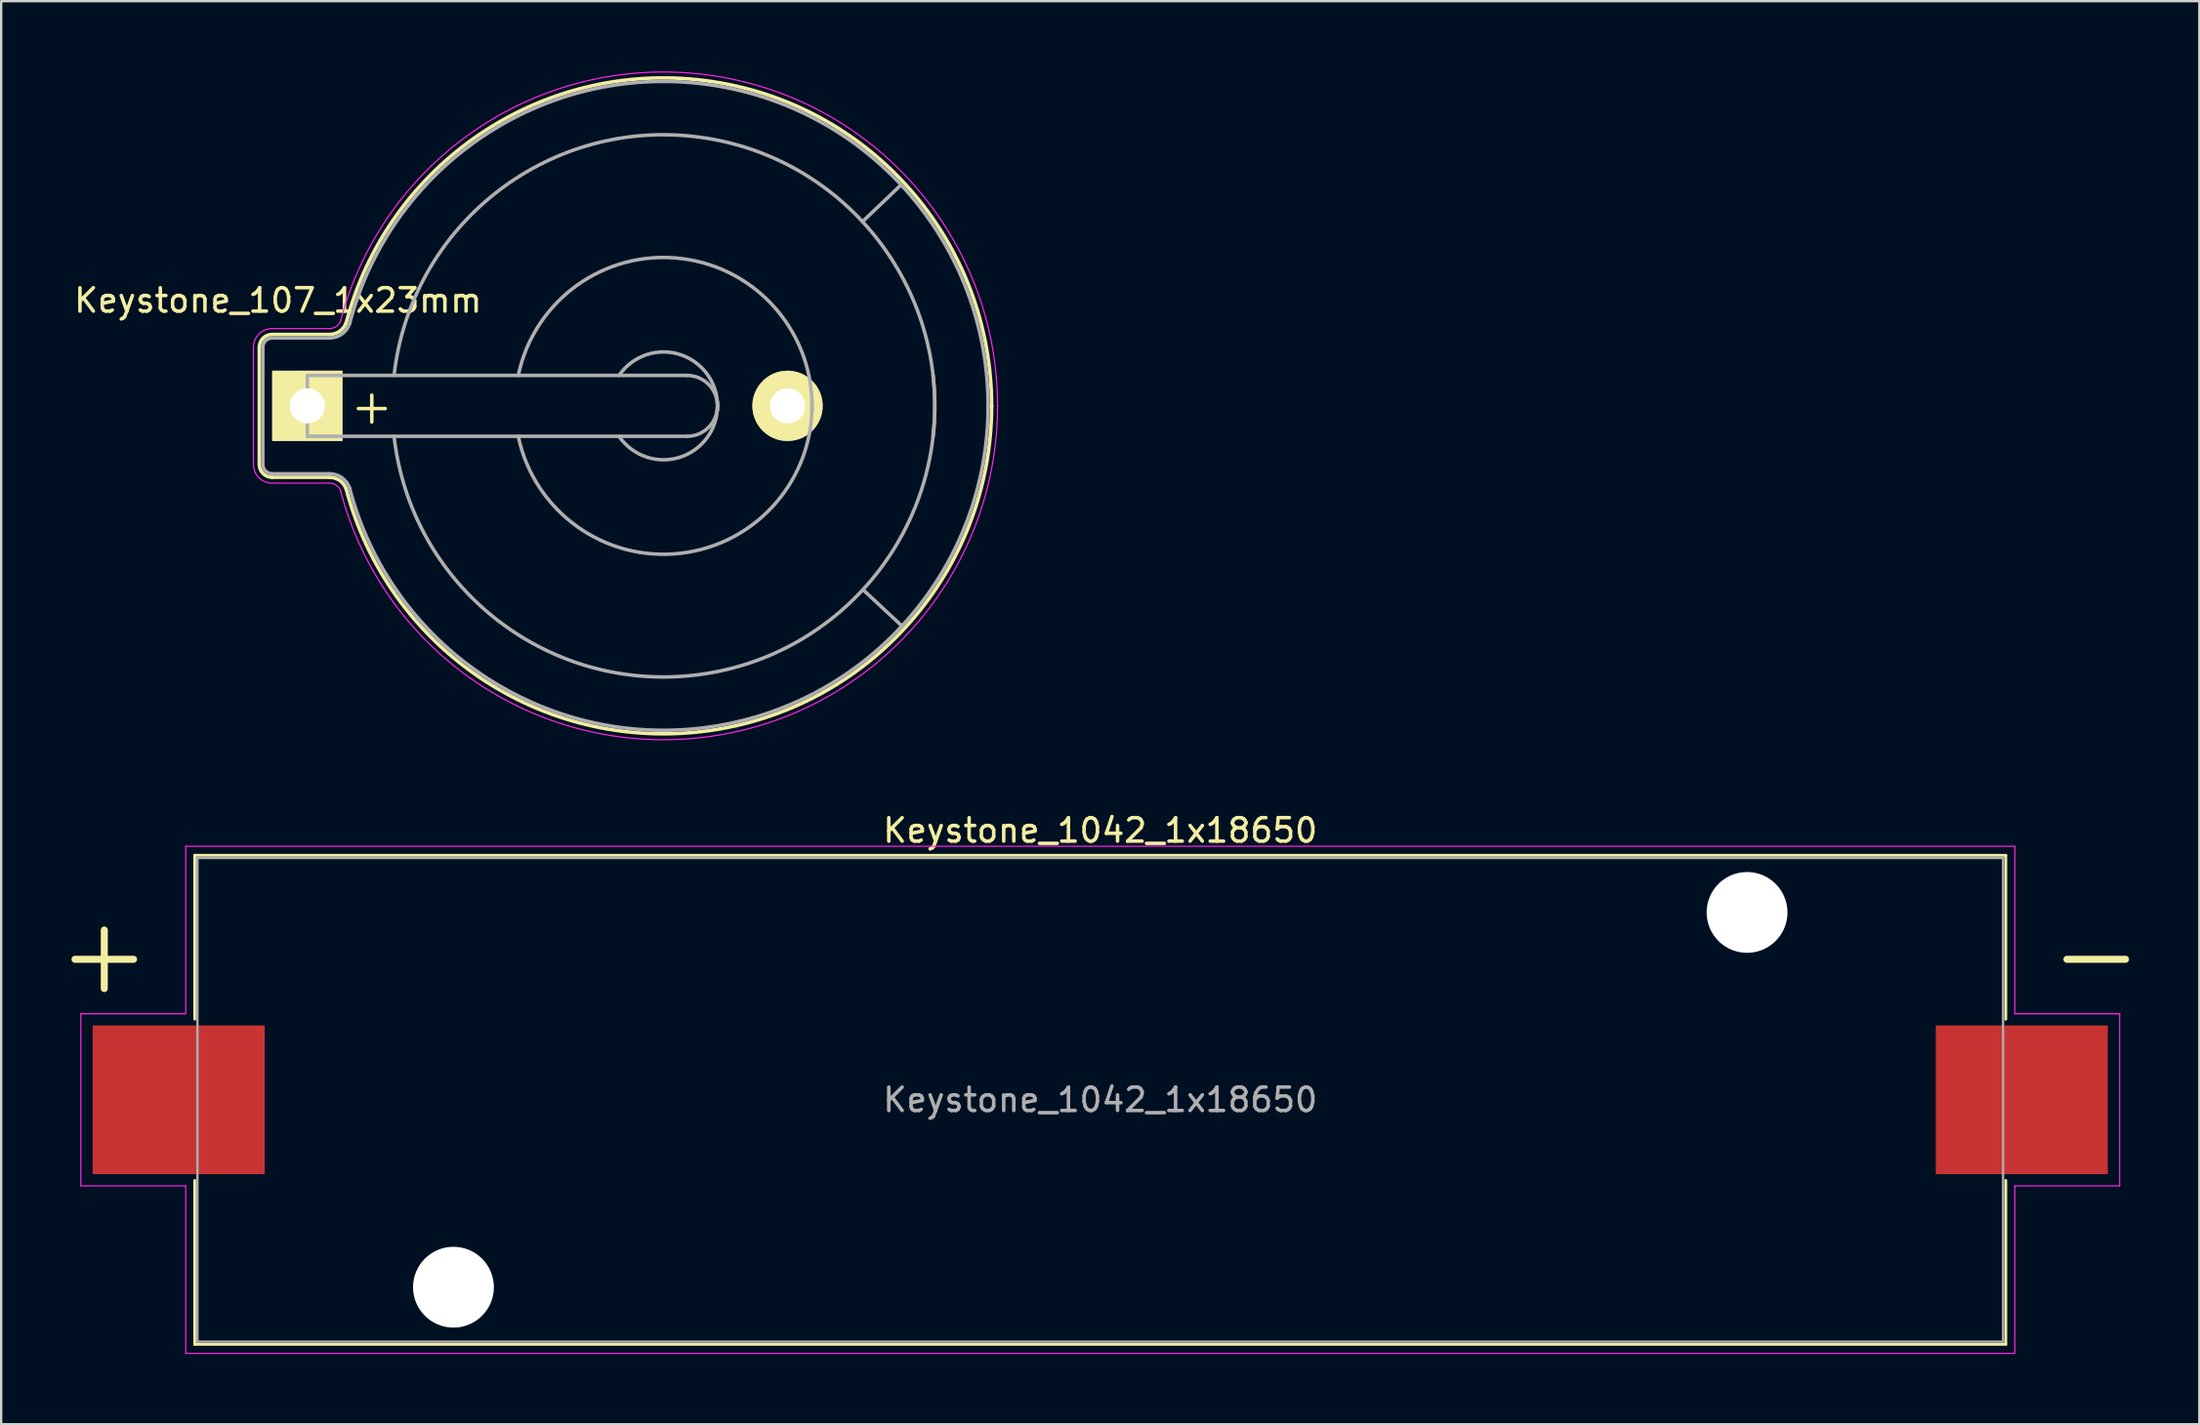
<source format=kicad_pcb>
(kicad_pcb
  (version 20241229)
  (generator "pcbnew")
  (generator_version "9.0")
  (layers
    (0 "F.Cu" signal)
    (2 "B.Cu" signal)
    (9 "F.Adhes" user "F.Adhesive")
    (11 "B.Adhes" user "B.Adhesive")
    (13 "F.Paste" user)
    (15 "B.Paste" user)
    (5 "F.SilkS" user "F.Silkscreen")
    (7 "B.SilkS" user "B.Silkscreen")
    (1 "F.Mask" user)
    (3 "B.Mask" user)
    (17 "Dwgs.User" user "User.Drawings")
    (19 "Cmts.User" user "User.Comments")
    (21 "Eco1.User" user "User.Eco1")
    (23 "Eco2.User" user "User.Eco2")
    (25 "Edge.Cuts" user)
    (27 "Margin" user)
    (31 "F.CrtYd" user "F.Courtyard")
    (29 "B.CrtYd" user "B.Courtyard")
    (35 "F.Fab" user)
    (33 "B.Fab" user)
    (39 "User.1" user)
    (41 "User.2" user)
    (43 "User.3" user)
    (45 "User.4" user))
  (footprint "Keystone_1042_1x18650"
    (layer "F.Cu")
    (at 43.9 43.903)
    (property "Reference" "Keystone_1042_1x18650" (at 0 -11.5 0) (layer "F.SilkS") (effects (font (size 1 1) (thickness 0.15))))
    (attr through_hole)
    (fp_line (start -43.75 -6) (end -41.25 -6) (stroke (width 0.3) (type solid)) (layer "F.SilkS"))
    (fp_line (start -42.5 -4.75) (end -42.5 -7.25) (stroke (width 0.3) (type solid)) (layer "F.SilkS"))
    (fp_line (start -38.64 -10.44) (end -38.64 -3.44) (stroke (width 0.12) (type solid)) (layer "F.SilkS"))
    (fp_line (start -38.64 10.44) (end -38.64 3.44) (stroke (width 0.12) (type solid)) (layer "F.SilkS"))
    (fp_line (start 38.64 -10.44) (end -38.64 -10.44) (stroke (width 0.12) (type solid)) (layer "F.SilkS"))
    (fp_line (start 38.64 -3.44) (end 38.64 -10.42) (stroke (width 0.12) (type solid)) (layer "F.SilkS"))
    (fp_line (start 38.64 3.44) (end 38.64 10.44) (stroke (width 0.12) (type solid)) (layer "F.SilkS"))
    (fp_line (start 38.64 10.44) (end -38.64 10.44) (stroke (width 0.12) (type solid)) (layer "F.SilkS"))
    (fp_line (start 43.75 -6) (end 41.25 -6) (stroke (width 0.3) (type solid)) (layer "F.SilkS"))
    (fp_line (start -43.5 -3.675) (end -39.025 -3.675) (stroke (width 0.05) (type solid)) (layer "F.CrtYd"))
    (fp_line (start -43.5 3.675) (end -43.5 -3.675) (stroke (width 0.05) (type solid)) (layer "F.CrtYd"))
    (fp_line (start -39.025 -10.825) (end -39.025 -3.675) (stroke (width 0.05) (type solid)) (layer "F.CrtYd"))
    (fp_line (start -39.025 -10.825) (end 39.025 -10.825) (stroke (width 0.05) (type solid)) (layer "F.CrtYd"))
    (fp_line (start -39.025 3.675) (end -43.5 3.675) (stroke (width 0.05) (type solid)) (layer "F.CrtYd"))
    (fp_line (start -39.025 10.825) (end -39.025 3.675) (stroke (width 0.05) (type solid)) (layer "F.CrtYd"))
    (fp_line (start -39.025 10.825) (end 39.025 10.825) (stroke (width 0.05) (type solid)) (layer "F.CrtYd"))
    (fp_line (start 39.025 -10.825) (end 39.025 -3.675) (stroke (width 0.05) (type solid)) (layer "F.CrtYd"))
    (fp_line (start 39.025 3.675) (end 43.5 3.675) (stroke (width 0.05) (type solid)) (layer "F.CrtYd"))
    (fp_line (start 39.025 10.825) (end 39.025 3.675) (stroke (width 0.05) (type solid)) (layer "F.CrtYd"))
    (fp_line (start 43.5 -3.675) (end 39.025 -3.675) (stroke (width 0.05) (type solid)) (layer "F.CrtYd"))
    (fp_line (start 43.5 3.675) (end 43.5 -3.675) (stroke (width 0.05) (type solid)) (layer "F.CrtYd"))
    (fp_line (start -38.525 -10.325) (end -38.525 10.325) (stroke (width 0.1) (type solid)) (layer "F.Fab"))
    (fp_line (start -38.525 -10.325) (end 38.525 -10.325) (stroke (width 0.1) (type solid)) (layer "F.Fab"))
    (fp_line (start -38.525 10.325) (end 38.525 10.325) (stroke (width 0.1) (type solid)) (layer "F.Fab"))
    (fp_line (start 38.525 -10.325) (end 38.525 10.325) (stroke (width 0.1) (type solid)) (layer "F.Fab"))
    (fp_text user "${REFERENCE}" (at 0 0 0) (layer "F.Fab") (effects (font (size 1 1) (thickness 0.15))))
    (pad "" np_thru_hole circle (at -27.6 8) (size 3.45 3.45) (drill 3.45) (layers "*.Cu" "*.Mask"))
    (pad "" np_thru_hole circle (at 27.6 -8) (size 3.45 3.45) (drill 3.45) (layers "*.Cu" "*.Mask"))
    (pad "1" smd rect (at -39.325 0) (size 7.34 6.35) (layers "F.Cu" "F.Mask" "F.Paste"))
    (pad "2" smd rect (at 39.325 0) (size 7.34 6.35) (layers "F.Cu" "F.Mask" "F.Paste")))
  (footprint "Keystone_107_1x23mm"
    (layer "F.Cu")
    (at 10.065 14.277)
    (property "Reference" "Keystone_107_1x23mm" (at -1.25 -4.5 0) (layer "F.SilkS") (effects (font (size 1 1) (thickness 0.15))))
    (attr through_hole)
    (fp_line (start -2.05 -2.5) (end -2.05 2.5) (stroke (width 0.15) (type solid)) (layer "F.SilkS"))
    (fp_line (start -1.5 3.05) (end 0.95 3.05) (stroke (width 0.15) (type solid)) (layer "F.SilkS"))
    (fp_line (start 0.95 -3.05) (end -1.5 -3.05) (stroke (width 0.15) (type solid)) (layer "F.SilkS"))
    (fp_arc (start -2.05 -2.5) (mid -1.888909 -2.888909) (end -1.5 -3.05) (stroke (width 0.15) (type solid)) (layer "F.SilkS"))
    (fp_arc (start -1.5 3.05) (mid -1.888909 2.888909) (end -2.05 2.5) (stroke (width 0.15) (type solid)) (layer "F.SilkS"))
    (fp_arc (start 0.95 3.05) (mid 1.380182 3.185636) (end 1.654769 3.543485) (stroke (width 0.15) (type solid)) (layer "F.SilkS"))
    (fp_arc (start 1.65 -3.52) (mid 16.981862 -13.885887) (end 29.199738 0.015231) (stroke (width 0.15) (type solid)) (layer "F.SilkS"))
    (fp_arc (start 1.654769 -3.543485) (mid 1.380182 -3.185636) (end 0.95 -3.05) (stroke (width 0.15) (type solid)) (layer "F.SilkS"))
    (fp_arc (start 29.199738 -0.015231) (mid 16.981862 13.885887) (end 1.65 3.52) (stroke (width 0.15) (type solid)) (layer "F.SilkS"))
    (fp_line (start -2.3 -2.5) (end -2.3 2.5) (stroke (width 0.05) (type solid)) (layer "F.CrtYd"))
    (fp_line (start -1.5 3.3) (end 0.95 3.3) (stroke (width 0.05) (type solid)) (layer "F.CrtYd"))
    (fp_line (start 0.95 -3.3) (end -1.5 -3.3) (stroke (width 0.05) (type solid)) (layer "F.CrtYd"))
    (fp_arc (start -2.3 -2.5) (mid -2.065685 -3.065685) (end -1.5 -3.3) (stroke (width 0.05) (type solid)) (layer "F.CrtYd"))
    (fp_arc (start -1.5 3.3) (mid -2.065685 3.065685) (end -2.3 2.5) (stroke (width 0.05) (type solid)) (layer "F.CrtYd"))
    (fp_arc (start 0.95 3.3) (mid 1.236788 3.390424) (end 1.419846 3.62899) (stroke (width 0.05) (type solid)) (layer "F.CrtYd"))
    (fp_arc (start 1.41 -3.6) (mid 17.030934 -14.134065) (end 29.452124 0.032591) (stroke (width 0.05) (type solid)) (layer "F.CrtYd"))
    (fp_arc (start 1.419846 -3.62899) (mid 1.236788 -3.390424) (end 0.95 -3.3) (stroke (width 0.05) (type solid)) (layer "F.CrtYd"))
    (fp_arc (start 29.452124 -0.032591) (mid 17.030934 14.134065) (end 1.41 3.6) (stroke (width 0.05) (type solid)) (layer "F.CrtYd"))
    (fp_line (start -1.9 -2.5) (end -1.9 2.5) (stroke (width 0.15) (type solid)) (layer "F.Fab"))
    (fp_line (start -1.5 2.9) (end 0.95 2.9) (stroke (width 0.15) (type solid)) (layer "F.Fab"))
    (fp_line (start 0 -1.3) (end 0 1.3) (stroke (width 0.15) (type solid)) (layer "F.Fab"))
    (fp_line (start 0 1.3) (end 16.2 1.3) (stroke (width 0.15) (type solid)) (layer "F.Fab"))
    (fp_line (start 0.95 -2.9) (end -1.5 -2.9) (stroke (width 0.15) (type solid)) (layer "F.Fab"))
    (fp_line (start 16.2 -1.3) (end 0 -1.3) (stroke (width 0.15) (type solid)) (layer "F.Fab"))
    (fp_line (start 23.711 -7.887) (end 25.339 -9.439) (stroke (width 0.15) (type solid)) (layer "F.Fab"))
    (fp_line (start 23.724 7.861) (end 25.367 9.391) (stroke (width 0.15) (type solid)) (layer "F.Fab"))
    (fp_arc (start -1.9 -2.5) (mid -1.782843 -2.782843) (end -1.5 -2.9) (stroke (width 0.15) (type solid)) (layer "F.Fab"))
    (fp_arc (start -1.5 2.9) (mid -1.782843 2.782843) (end -1.9 2.5) (stroke (width 0.15) (type solid)) (layer "F.Fab"))
    (fp_arc (start 0.95 2.9) (mid 1.466219 3.062763) (end 1.795723 3.492182) (stroke (width 0.15) (type solid)) (layer "F.Fab"))
    (fp_arc (start 1.795723 -3.492182) (mid 1.466219 -3.062763) (end 0.95 -2.9) (stroke (width 0.15) (type solid)) (layer "F.Fab"))
    (fp_arc (start 1.8 -3.5) (mid 16.980951 -13.734563) (end 29.049508 0.033425) (stroke (width 0.15) (type solid)) (layer "F.Fab"))
    (fp_arc (start 3.7 -1.3) (mid 16.5 -11.5) (end 26.7 1.3) (stroke (width 0.15) (type solid)) (layer "F.Fab"))
    (fp_arc (start 9 -1.3) (mid 15.954687 -6.28971) (end 21.531551 0.203631) (stroke (width 0.15) (type solid)) (layer "F.Fab"))
    (fp_arc (start 13.3 -1.3) (mid 15.963947 -2.171724) (end 17.495448 0.175833) (stroke (width 0.15) (type solid)) (layer "F.Fab"))
    (fp_arc (start 16.2 -1.3) (mid 17.5 0) (end 16.2 1.3) (stroke (width 0.15) (type solid)) (layer "F.Fab"))
    (fp_arc (start 17.495448 -0.175833) (mid 15.963947 2.171724) (end 13.3 1.3) (stroke (width 0.15) (type solid)) (layer "F.Fab"))
    (fp_arc (start 21.531551 -0.203631) (mid 15.954687 6.28971) (end 9 1.3) (stroke (width 0.15) (type solid)) (layer "F.Fab"))
    (fp_arc (start 26.7 -1.3) (mid 16.5 11.5) (end 3.7 1.3) (stroke (width 0.15) (type solid)) (layer "F.Fab"))
    (fp_arc (start 29.049508 -0.033425) (mid 16.980951 13.734562) (end 1.8 3.5) (stroke (width 0.15) (type solid)) (layer "F.Fab"))
    (fp_text user "+" (at 2.75 0 0) (layer "F.SilkS") (effects (font (size 1.5 1.5) (thickness 0.15))))
    (pad "1" thru_hole rect (at 0 0) (size 3 3) (drill 1.5) (layers "*.Cu" "*.Mask" "F.SilkS"))
    (pad "2" thru_hole circle (at 20.49 0) (size 3 3) (drill 1.5) (layers "*.Cu" "*.Mask" "F.SilkS")))
  (gr_rect
    (start -3 -3)
    (end 90.8 57.753)
    (stroke (width 0.1) (type default))
    (fill no)
    (layer "Edge.Cuts")))
</source>
